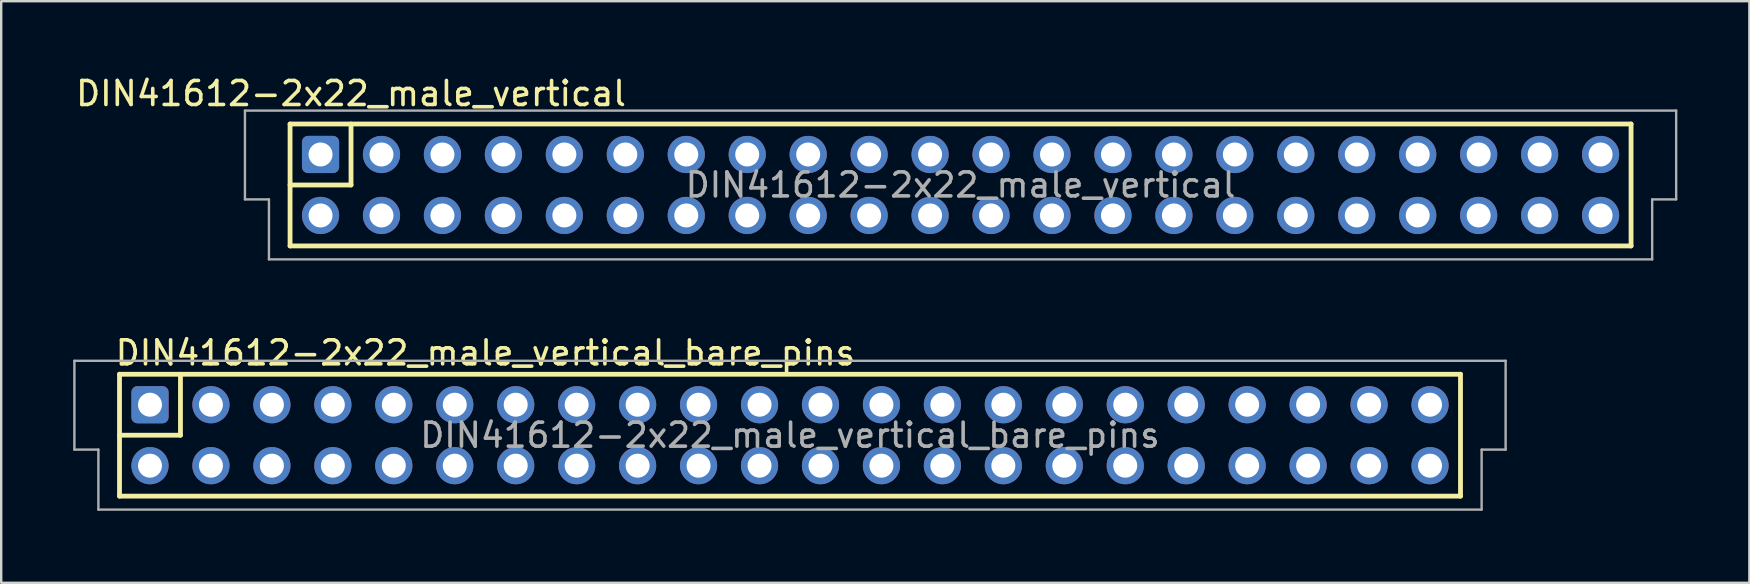
<source format=kicad_pcb>
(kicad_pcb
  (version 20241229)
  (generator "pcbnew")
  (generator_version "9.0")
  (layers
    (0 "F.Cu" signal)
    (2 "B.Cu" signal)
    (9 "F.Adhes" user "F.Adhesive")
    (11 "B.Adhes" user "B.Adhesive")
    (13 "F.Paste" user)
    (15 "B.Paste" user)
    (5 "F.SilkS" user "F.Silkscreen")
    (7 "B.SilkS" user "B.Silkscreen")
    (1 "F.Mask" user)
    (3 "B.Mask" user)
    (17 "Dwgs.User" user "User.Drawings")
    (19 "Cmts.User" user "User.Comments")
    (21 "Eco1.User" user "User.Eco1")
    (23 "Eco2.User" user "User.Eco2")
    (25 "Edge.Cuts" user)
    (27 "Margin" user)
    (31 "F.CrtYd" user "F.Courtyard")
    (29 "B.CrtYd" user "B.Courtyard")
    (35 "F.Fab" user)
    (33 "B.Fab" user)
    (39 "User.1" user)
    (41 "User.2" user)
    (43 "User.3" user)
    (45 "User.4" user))
  (footprint "DIN41612-2x22_male_vertical"
    (layer "F.Cu")
    (at 36.977 4.658)
    (property "Reference" "DIN41612-2x22_male_vertical" (at -25.4 -3.81 0) (layer "F.SilkS") (effects (font (size 1 1) (thickness 0.15))))
    (attr through_hole)
    (fp_line (start -27.94 -2.54) (end -27.94 2.54) (stroke (width 0.2) (type solid)) (layer "F.SilkS"))
    (fp_line (start -27.94 2.54) (end 27.94 2.54) (stroke (width 0.2) (type solid)) (layer "F.SilkS"))
    (fp_line (start -25.4 -2.54) (end -25.4 0) (stroke (width 0.2) (type solid)) (layer "F.SilkS"))
    (fp_line (start -25.4 0) (end -27.94 0) (stroke (width 0.2) (type solid)) (layer "F.SilkS"))
    (fp_line (start 27.94 -2.54) (end -27.94 -2.54) (stroke (width 0.2) (type solid)) (layer "F.SilkS"))
    (fp_line (start 27.94 2.54) (end 27.94 -2.54) (stroke (width 0.2) (type solid)) (layer "F.SilkS"))
    (fp_line (start -29.82 -3.1) (end -29.82 0.6) (stroke (width 0.1) (type solid)) (layer "F.Fab"))
    (fp_line (start -29.82 0.6) (end -28.82 0.6) (stroke (width 0.1) (type solid)) (layer "F.Fab"))
    (fp_line (start -28.82 0.6) (end -28.82 3.1) (stroke (width 0.1) (type solid)) (layer "F.Fab"))
    (fp_line (start -28.82 3.1) (end 28.82 3.1) (stroke (width 0.1) (type solid)) (layer "F.Fab"))
    (fp_line (start 28.82 0.6) (end 29.82 0.6) (stroke (width 0.1) (type solid)) (layer "F.Fab"))
    (fp_line (start 28.82 3.1) (end 28.82 0.6) (stroke (width 0.1) (type solid)) (layer "F.Fab"))
    (fp_line (start 29.82 -3.1) (end -29.82 -3.1) (stroke (width 0.1) (type solid)) (layer "F.Fab"))
    (fp_line (start 29.82 0.6) (end 29.82 -3.1) (stroke (width 0.1) (type solid)) (layer "F.Fab"))
    (fp_text user "${REFERENCE}" (at 0 0 0) (layer "F.Fab") (effects (font (size 1 1) (thickness 0.15))))
    (pad "A1" thru_hole roundrect (at -26.67 -1.27 90) (size 1.55 1.55) (drill 1) (layers "*.Cu" "*.Mask") (roundrect_rratio 0.161))
    (pad "A2" thru_hole circle (at -24.13 -1.27 90) (size 1.55 1.55) (drill 1) (layers "*.Cu" "*.Mask"))
    (pad "A3" thru_hole circle (at -21.59 -1.27 90) (size 1.55 1.55) (drill 1) (layers "*.Cu" "*.Mask"))
    (pad "A4" thru_hole circle (at -19.05 -1.27 90) (size 1.55 1.55) (drill 1) (layers "*.Cu" "*.Mask"))
    (pad "A5" thru_hole circle (at -16.51 -1.27 90) (size 1.55 1.55) (drill 1) (layers "*.Cu" "*.Mask"))
    (pad "A6" thru_hole circle (at -13.97 -1.27 90) (size 1.55 1.55) (drill 1) (layers "*.Cu" "*.Mask"))
    (pad "A7" thru_hole circle (at -11.43 -1.27 90) (size 1.55 1.55) (drill 1) (layers "*.Cu" "*.Mask"))
    (pad "A8" thru_hole circle (at -8.89 -1.27 90) (size 1.55 1.55) (drill 1) (layers "*.Cu" "*.Mask"))
    (pad "A9" thru_hole circle (at -6.35 -1.27 90) (size 1.55 1.55) (drill 1) (layers "*.Cu" "*.Mask"))
    (pad "A10" thru_hole circle (at -3.81 -1.27 90) (size 1.55 1.55) (drill 1) (layers "*.Cu" "*.Mask"))
    (pad "A11" thru_hole circle (at -1.27 -1.27 90) (size 1.55 1.55) (drill 1) (layers "*.Cu" "*.Mask"))
    (pad "A12" thru_hole circle (at 1.27 -1.27 90) (size 1.55 1.55) (drill 1) (layers "*.Cu" "*.Mask"))
    (pad "A13" thru_hole circle (at 3.81 -1.27 90) (size 1.55 1.55) (drill 1) (layers "*.Cu" "*.Mask"))
    (pad "A14" thru_hole circle (at 6.35 -1.27 90) (size 1.55 1.55) (drill 1) (layers "*.Cu" "*.Mask"))
    (pad "A15" thru_hole circle (at 8.89 -1.27 90) (size 1.55 1.55) (drill 1) (layers "*.Cu" "*.Mask"))
    (pad "A16" thru_hole circle (at 11.43 -1.27 90) (size 1.55 1.55) (drill 1) (layers "*.Cu" "*.Mask"))
    (pad "A17" thru_hole circle (at 13.97 -1.27 90) (size 1.55 1.55) (drill 1) (layers "*.Cu" "*.Mask"))
    (pad "A18" thru_hole circle (at 16.51 -1.27 90) (size 1.55 1.55) (drill 1) (layers "*.Cu" "*.Mask"))
    (pad "A19" thru_hole circle (at 19.05 -1.27 90) (size 1.55 1.55) (drill 1) (layers "*.Cu" "*.Mask"))
    (pad "A20" thru_hole circle (at 21.59 -1.27 90) (size 1.55 1.55) (drill 1) (layers "*.Cu" "*.Mask"))
    (pad "A21" thru_hole circle (at 24.13 -1.27 90) (size 1.55 1.55) (drill 1) (layers "*.Cu" "*.Mask"))
    (pad "A22" thru_hole circle (at 26.67 -1.27 90) (size 1.55 1.55) (drill 1) (layers "*.Cu" "*.Mask"))
    (pad "B1" thru_hole circle (at -26.67 1.27 90) (size 1.55 1.55) (drill 1) (layers "*.Cu" "*.Mask"))
    (pad "B2" thru_hole circle (at -24.13 1.27 90) (size 1.55 1.55) (drill 1) (layers "*.Cu" "*.Mask"))
    (pad "B3" thru_hole circle (at -21.59 1.27 90) (size 1.55 1.55) (drill 1) (layers "*.Cu" "*.Mask"))
    (pad "B4" thru_hole circle (at -19.05 1.27 90) (size 1.55 1.55) (drill 1) (layers "*.Cu" "*.Mask"))
    (pad "B5" thru_hole circle (at -16.51 1.27 90) (size 1.55 1.55) (drill 1) (layers "*.Cu" "*.Mask"))
    (pad "B6" thru_hole circle (at -13.97 1.27 90) (size 1.55 1.55) (drill 1) (layers "*.Cu" "*.Mask"))
    (pad "B7" thru_hole circle (at -11.43 1.27 90) (size 1.55 1.55) (drill 1) (layers "*.Cu" "*.Mask"))
    (pad "B8" thru_hole circle (at -8.89 1.27 90) (size 1.55 1.55) (drill 1) (layers "*.Cu" "*.Mask"))
    (pad "B9" thru_hole circle (at -6.35 1.27 90) (size 1.55 1.55) (drill 1) (layers "*.Cu" "*.Mask"))
    (pad "B10" thru_hole circle (at -3.81 1.27 90) (size 1.55 1.55) (drill 1) (layers "*.Cu" "*.Mask"))
    (pad "B11" thru_hole circle (at -1.27 1.27 90) (size 1.55 1.55) (drill 1) (layers "*.Cu" "*.Mask"))
    (pad "B12" thru_hole circle (at 1.27 1.27 90) (size 1.55 1.55) (drill 1) (layers "*.Cu" "*.Mask"))
    (pad "B13" thru_hole circle (at 3.81 1.27 90) (size 1.55 1.55) (drill 1) (layers "*.Cu" "*.Mask"))
    (pad "B14" thru_hole circle (at 6.35 1.27 90) (size 1.55 1.55) (drill 1) (layers "*.Cu" "*.Mask"))
    (pad "B15" thru_hole circle (at 8.89 1.27 90) (size 1.55 1.55) (drill 1) (layers "*.Cu" "*.Mask"))
    (pad "B16" thru_hole circle (at 11.43 1.27 90) (size 1.55 1.55) (drill 1) (layers "*.Cu" "*.Mask"))
    (pad "B17" thru_hole circle (at 13.97 1.27 90) (size 1.55 1.55) (drill 1) (layers "*.Cu" "*.Mask"))
    (pad "B18" thru_hole circle (at 16.51 1.27 90) (size 1.55 1.55) (drill 1) (layers "*.Cu" "*.Mask"))
    (pad "B19" thru_hole circle (at 19.05 1.27 90) (size 1.55 1.55) (drill 1) (layers "*.Cu" "*.Mask"))
    (pad "B20" thru_hole circle (at 21.59 1.27 90) (size 1.55 1.55) (drill 1) (layers "*.Cu" "*.Mask"))
    (pad "B21" thru_hole circle (at 24.13 1.27 90) (size 1.55 1.55) (drill 1) (layers "*.Cu" "*.Mask"))
    (pad "B22" thru_hole circle (at 26.67 1.27 90) (size 1.55 1.55) (drill 1) (layers "*.Cu" "*.Mask")))
  (footprint "DIN41612-2x22_male_vertical_bare_pins"
    (layer "F.Cu")
    (at 29.87 15.085)
    (property "Reference" "DIN41612-2x22_male_vertical_bare_pins" (at -28.194 -3.429 0) (layer "F.SilkS") (effects (font (size 1 1) (thickness 0.15)) (justify left)))
    (attr through_hole)
    (fp_line (start -27.94 -2.54) (end -27.94 2.54) (stroke (width 0.2) (type solid)) (layer "F.SilkS"))
    (fp_line (start -27.94 2.54) (end 27.94 2.54) (stroke (width 0.2) (type solid)) (layer "F.SilkS"))
    (fp_line (start -25.4 -2.54) (end -25.4 0) (stroke (width 0.2) (type solid)) (layer "F.SilkS"))
    (fp_line (start -25.4 0) (end -27.94 0) (stroke (width 0.2) (type solid)) (layer "F.SilkS"))
    (fp_line (start 27.94 -2.54) (end -27.94 -2.54) (stroke (width 0.2) (type solid)) (layer "F.SilkS"))
    (fp_line (start 27.94 2.54) (end 27.94 -2.54) (stroke (width 0.2) (type solid)) (layer "F.SilkS"))
    (fp_line (start -29.82 -3.1) (end -29.82 0.6) (stroke (width 0.1) (type solid)) (layer "F.Fab"))
    (fp_line (start -29.82 0.6) (end -28.82 0.6) (stroke (width 0.1) (type solid)) (layer "F.Fab"))
    (fp_line (start -28.82 0.6) (end -28.82 3.1) (stroke (width 0.1) (type solid)) (layer "F.Fab"))
    (fp_line (start -28.82 3.1) (end 28.82 3.1) (stroke (width 0.1) (type solid)) (layer "F.Fab"))
    (fp_line (start 28.82 0.6) (end 29.82 0.6) (stroke (width 0.1) (type solid)) (layer "F.Fab"))
    (fp_line (start 28.82 3.1) (end 28.82 0.6) (stroke (width 0.1) (type solid)) (layer "F.Fab"))
    (fp_line (start 29.82 -3.1) (end -29.82 -3.1) (stroke (width 0.1) (type solid)) (layer "F.Fab"))
    (fp_line (start 29.82 0.6) (end 29.82 -3.1) (stroke (width 0.1) (type solid)) (layer "F.Fab"))
    (fp_text user "${REFERENCE}" (at 0 0 0) (layer "F.Fab") (effects (font (size 1 1) (thickness 0.15))))
    (pad "a1" thru_hole roundrect (at -26.67 -1.27 90) (size 1.55 1.55) (drill 1) (layers "*.Cu" "*.Mask") (roundrect_rratio 0.161))
    (pad "a2" thru_hole circle (at -24.13 -1.27 90) (size 1.55 1.55) (drill 1) (layers "*.Cu" "*.Mask"))
    (pad "a3" thru_hole circle (at -21.59 -1.27 90) (size 1.55 1.55) (drill 1) (layers "*.Cu" "*.Mask"))
    (pad "a4" thru_hole circle (at -19.05 -1.27 90) (size 1.55 1.55) (drill 1) (layers "*.Cu" "*.Mask"))
    (pad "a5" thru_hole circle (at -16.51 -1.27 90) (size 1.55 1.55) (drill 1) (layers "*.Cu" "*.Mask"))
    (pad "a6" thru_hole circle (at -13.97 -1.27 90) (size 1.55 1.55) (drill 1) (layers "*.Cu" "*.Mask"))
    (pad "a7" thru_hole circle (at -11.43 -1.27 90) (size 1.55 1.55) (drill 1) (layers "*.Cu" "*.Mask"))
    (pad "a8" thru_hole circle (at -8.89 -1.27 90) (size 1.55 1.55) (drill 1) (layers "*.Cu" "*.Mask"))
    (pad "a9" thru_hole circle (at -6.35 -1.27 90) (size 1.55 1.55) (drill 1) (layers "*.Cu" "*.Mask"))
    (pad "a10" thru_hole circle (at -3.81 -1.27 90) (size 1.55 1.55) (drill 1) (layers "*.Cu" "*.Mask"))
    (pad "a11" thru_hole circle (at -1.27 -1.27 90) (size 1.55 1.55) (drill 1) (layers "*.Cu" "*.Mask"))
    (pad "a12" thru_hole circle (at 1.27 -1.27 90) (size 1.55 1.55) (drill 1) (layers "*.Cu" "*.Mask"))
    (pad "a13" thru_hole circle (at 3.81 -1.27 90) (size 1.55 1.55) (drill 1) (layers "*.Cu" "*.Mask"))
    (pad "a14" thru_hole circle (at 6.35 -1.27 90) (size 1.55 1.55) (drill 1) (layers "*.Cu" "*.Mask"))
    (pad "a15" thru_hole circle (at 8.89 -1.27 90) (size 1.55 1.55) (drill 1) (layers "*.Cu" "*.Mask"))
    (pad "a16" thru_hole circle (at 11.43 -1.27 90) (size 1.55 1.55) (drill 1) (layers "*.Cu" "*.Mask"))
    (pad "a17" thru_hole circle (at 13.97 -1.27 90) (size 1.55 1.55) (drill 1) (layers "*.Cu" "*.Mask"))
    (pad "a18" thru_hole circle (at 16.51 -1.27 90) (size 1.55 1.55) (drill 1) (layers "*.Cu" "*.Mask"))
    (pad "a19" thru_hole circle (at 19.05 -1.27 90) (size 1.55 1.55) (drill 1) (layers "*.Cu" "*.Mask"))
    (pad "a20" thru_hole circle (at 21.59 -1.27 90) (size 1.55 1.55) (drill 1) (layers "*.Cu" "*.Mask"))
    (pad "a21" thru_hole circle (at 24.13 -1.27 90) (size 1.55 1.55) (drill 1) (layers "*.Cu" "*.Mask"))
    (pad "a22" thru_hole circle (at 26.67 -1.27 90) (size 1.55 1.55) (drill 1) (layers "*.Cu" "*.Mask"))
    (pad "b1" thru_hole circle (at -26.67 1.27 90) (size 1.55 1.55) (drill 1) (layers "*.Cu" "*.Mask"))
    (pad "b2" thru_hole circle (at -24.13 1.27 90) (size 1.55 1.55) (drill 1) (layers "*.Cu" "*.Mask"))
    (pad "b3" thru_hole circle (at -21.59 1.27 90) (size 1.55 1.55) (drill 1) (layers "*.Cu" "*.Mask"))
    (pad "b4" thru_hole circle (at -19.05 1.27 90) (size 1.55 1.55) (drill 1) (layers "*.Cu" "*.Mask"))
    (pad "b5" thru_hole circle (at -16.51 1.27 90) (size 1.55 1.55) (drill 1) (layers "*.Cu" "*.Mask"))
    (pad "b6" thru_hole circle (at -13.97 1.27 90) (size 1.55 1.55) (drill 1) (layers "*.Cu" "*.Mask"))
    (pad "b7" thru_hole circle (at -11.43 1.27 90) (size 1.55 1.55) (drill 1) (layers "*.Cu" "*.Mask"))
    (pad "b8" thru_hole circle (at -8.89 1.27 90) (size 1.55 1.55) (drill 1) (layers "*.Cu" "*.Mask"))
    (pad "b9" thru_hole circle (at -6.35 1.27 90) (size 1.55 1.55) (drill 1) (layers "*.Cu" "*.Mask"))
    (pad "b10" thru_hole circle (at -3.81 1.27 90) (size 1.55 1.55) (drill 1) (layers "*.Cu" "*.Mask"))
    (pad "b11" thru_hole circle (at -1.27 1.27 90) (size 1.55 1.55) (drill 1) (layers "*.Cu" "*.Mask"))
    (pad "b12" thru_hole circle (at 1.27 1.27 90) (size 1.55 1.55) (drill 1) (layers "*.Cu" "*.Mask"))
    (pad "b13" thru_hole circle (at 3.81 1.27 90) (size 1.55 1.55) (drill 1) (layers "*.Cu" "*.Mask"))
    (pad "b14" thru_hole circle (at 6.35 1.27 90) (size 1.55 1.55) (drill 1) (layers "*.Cu" "*.Mask"))
    (pad "b15" thru_hole circle (at 8.89 1.27 90) (size 1.55 1.55) (drill 1) (layers "*.Cu" "*.Mask"))
    (pad "b16" thru_hole circle (at 11.43 1.27 90) (size 1.55 1.55) (drill 1) (layers "*.Cu" "*.Mask"))
    (pad "b17" thru_hole circle (at 13.97 1.27 90) (size 1.55 1.55) (drill 1) (layers "*.Cu" "*.Mask"))
    (pad "b18" thru_hole circle (at 16.51 1.27 90) (size 1.55 1.55) (drill 1) (layers "*.Cu" "*.Mask"))
    (pad "b19" thru_hole circle (at 19.05 1.27 90) (size 1.55 1.55) (drill 1) (layers "*.Cu" "*.Mask"))
    (pad "b20" thru_hole circle (at 21.59 1.27 90) (size 1.55 1.55) (drill 1) (layers "*.Cu" "*.Mask"))
    (pad "b21" thru_hole circle (at 24.13 1.27 90) (size 1.55 1.55) (drill 1) (layers "*.Cu" "*.Mask"))
    (pad "b22" thru_hole circle (at 26.67 1.27 90) (size 1.55 1.55) (drill 1) (layers "*.Cu" "*.Mask")))
  (gr_rect
    (start -3 -3)
    (end 69.847 21.235)
    (stroke (width 0.1) (type default))
    (fill no)
    (layer "Edge.Cuts")))
</source>
